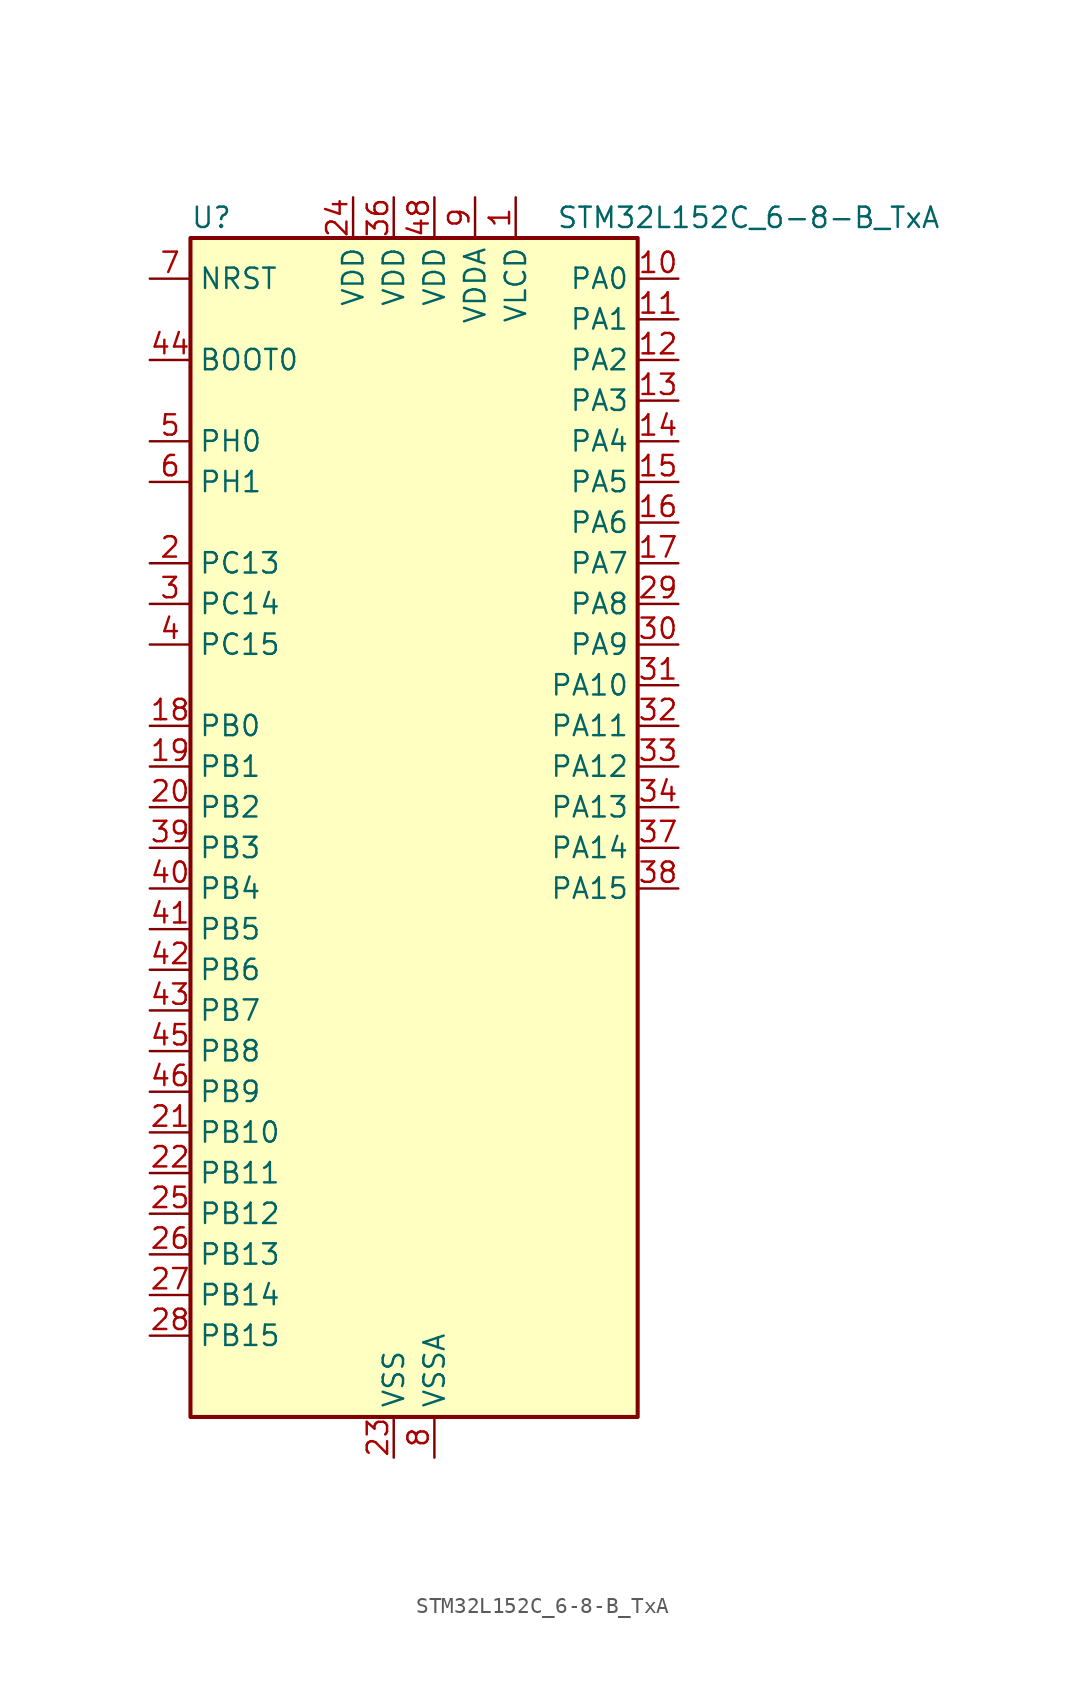
<source format=kicad_sym>
(kicad_symbol_lib
  (version 20220914)
  (generator kicad_symbol_editor)
  (symbol "STM32L152C_6-8-B_TxA"
    (property "Reference" "U"
      (at -12.7 39.37 0)
      (effects (font (size 1.27 1.27)) (justify left)))
    (property "Value" "STM32L152C_6-8-B_TxA"
      (at 10.16 39.37 0)
      (effects (font (size 1.27 1.27)) (justify left)))
    (property "ki_locked" ""
      (at 0 0 0)
      (effects (font (size 1.27 1.27))))
    (symbol "STM32L152C_6-8-B_TxA_0_1"
      (rectangle (start -12.7 -35.56) (end 15.24 38.1) (stroke (width 0.254) (type default)) (fill (type background))))
    (symbol "STM32L152C_6-8-B_TxA_1_1"
      (pin power_in line (at 7.62 40.64 270) (length 2.54) (name "VLCD" (effects (font (size 1.27 1.27)))) (number "1" (effects (font (size 1.27 1.27)))))
      (pin bidirectional line (at 17.78 35.56 180) (length 2.54) (name "PA0" (effects (font (size 1.27 1.27)))) (number "10" (effects (font (size 1.27 1.27)))) (alternate "ADC_IN0" bidirectional line) (alternate "COMP1_INP" bidirectional line) (alternate "RTC_TAMP2" bidirectional line) (alternate "SYS_WKUP1" bidirectional line) (alternate "TIM2_CH1" bidirectional line) (alternate "TIM2_ETR" bidirectional line) (alternate "TIMX_IC1" bidirectional line) (alternate "TS_G1_IO1" bidirectional line) (alternate "USART2_CTS" bidirectional line))
      (pin bidirectional line (at 17.78 33.02 180) (length 2.54) (name "PA1" (effects (font (size 1.27 1.27)))) (number "11" (effects (font (size 1.27 1.27)))) (alternate "ADC_IN1" bidirectional line) (alternate "COMP1_INP" bidirectional line) (alternate "LCD_SEG0" bidirectional line) (alternate "TIM2_CH2" bidirectional line) (alternate "TIMX_IC2" bidirectional line) (alternate "TS_G1_IO2" bidirectional line) (alternate "USART2_RTS" bidirectional line))
      (pin bidirectional line (at 17.78 30.48 180) (length 2.54) (name "PA2" (effects (font (size 1.27 1.27)))) (number "12" (effects (font (size 1.27 1.27)))) (alternate "ADC_IN2" bidirectional line) (alternate "COMP1_INP" bidirectional line) (alternate "LCD_SEG1" bidirectional line) (alternate "TIM2_CH3" bidirectional line) (alternate "TIM9_CH1" bidirectional line) (alternate "TIMX_IC3" bidirectional line) (alternate "TS_G1_IO3" bidirectional line) (alternate "USART2_TX" bidirectional line))
      (pin bidirectional line (at 17.78 27.94 180) (length 2.54) (name "PA3" (effects (font (size 1.27 1.27)))) (number "13" (effects (font (size 1.27 1.27)))) (alternate "ADC_IN3" bidirectional line) (alternate "COMP1_INP" bidirectional line) (alternate "LCD_SEG2" bidirectional line) (alternate "TIM2_CH4" bidirectional line) (alternate "TIM9_CH2" bidirectional line) (alternate "TIMX_IC4" bidirectional line) (alternate "TS_G1_IO4" bidirectional line) (alternate "USART2_RX" bidirectional line))
      (pin bidirectional line (at 17.78 25.4 180) (length 2.54) (name "PA4" (effects (font (size 1.27 1.27)))) (number "14" (effects (font (size 1.27 1.27)))) (alternate "ADC_IN4" bidirectional line) (alternate "COMP1_INP" bidirectional line) (alternate "DAC_OUT1" bidirectional line) (alternate "SPI1_NSS" bidirectional line) (alternate "TIMX_IC1" bidirectional line) (alternate "USART2_CK" bidirectional line))
      (pin bidirectional line (at 17.78 22.86 180) (length 2.54) (name "PA5" (effects (font (size 1.27 1.27)))) (number "15" (effects (font (size 1.27 1.27)))) (alternate "ADC_IN5" bidirectional line) (alternate "COMP1_INP" bidirectional line) (alternate "DAC_OUT2" bidirectional line) (alternate "SPI1_SCK" bidirectional line) (alternate "TIM2_CH1" bidirectional line) (alternate "TIM2_ETR" bidirectional line) (alternate "TIMX_IC2" bidirectional line))
      (pin bidirectional line (at 17.78 20.32 180) (length 2.54) (name "PA6" (effects (font (size 1.27 1.27)))) (number "16" (effects (font (size 1.27 1.27)))) (alternate "ADC_IN6" bidirectional line) (alternate "COMP1_INP" bidirectional line) (alternate "LCD_SEG3" bidirectional line) (alternate "SPI1_MISO" bidirectional line) (alternate "TIM10_CH1" bidirectional line) (alternate "TIM3_CH1" bidirectional line) (alternate "TIMX_IC3" bidirectional line) (alternate "TS_G2_IO1" bidirectional line))
      (pin bidirectional line (at 17.78 17.78 180) (length 2.54) (name "PA7" (effects (font (size 1.27 1.27)))) (number "17" (effects (font (size 1.27 1.27)))) (alternate "ADC_IN7" bidirectional line) (alternate "COMP1_INP" bidirectional line) (alternate "LCD_SEG4" bidirectional line) (alternate "SPI1_MOSI" bidirectional line) (alternate "TIM11_CH1" bidirectional line) (alternate "TIM3_CH2" bidirectional line) (alternate "TIMX_IC4" bidirectional line) (alternate "TS_G2_IO2" bidirectional line))
      (pin bidirectional line (at -15.24 7.62 0) (length 2.54) (name "PB0" (effects (font (size 1.27 1.27)))) (number "18" (effects (font (size 1.27 1.27)))) (alternate "ADC_IN8" bidirectional line) (alternate "COMP1_INP" bidirectional line) (alternate "LCD_SEG5" bidirectional line) (alternate "SYS_V_REF_OUT" bidirectional line) (alternate "TIM3_CH3" bidirectional line) (alternate "TS_G3_IO1" bidirectional line))
      (pin bidirectional line (at -15.24 5.08 0) (length 2.54) (name "PB1" (effects (font (size 1.27 1.27)))) (number "19" (effects (font (size 1.27 1.27)))) (alternate "ADC_IN9" bidirectional line) (alternate "COMP1_INP" bidirectional line) (alternate "LCD_SEG6" bidirectional line) (alternate "SYS_V_REF_OUT" bidirectional line) (alternate "TIM3_CH4" bidirectional line) (alternate "TS_G3_IO2" bidirectional line))
      (pin bidirectional line (at -15.24 17.78 0) (length 2.54) (name "PC13" (effects (font (size 1.27 1.27)))) (number "2" (effects (font (size 1.27 1.27)))) (alternate "RTC_OUT_ALARM" bidirectional line) (alternate "RTC_OUT_CALIB" bidirectional line) (alternate "RTC_TAMP1" bidirectional line) (alternate "RTC_TS" bidirectional line) (alternate "SYS_WKUP2" bidirectional line) (alternate "TIMX_IC2" bidirectional line))
      (pin bidirectional line (at -15.24 2.54 0) (length 2.54) (name "PB2" (effects (font (size 1.27 1.27)))) (number "20" (effects (font (size 1.27 1.27)))) (alternate "TS_G3_IO3" bidirectional line))
      (pin bidirectional line (at -15.24 -17.78 0) (length 2.54) (name "PB10" (effects (font (size 1.27 1.27)))) (number "21" (effects (font (size 1.27 1.27)))) (alternate "I2C2_SCL" bidirectional line) (alternate "LCD_SEG10" bidirectional line) (alternate "TIM2_CH3" bidirectional line) (alternate "USART3_TX" bidirectional line))
      (pin bidirectional line (at -15.24 -20.32 0) (length 2.54) (name "PB11" (effects (font (size 1.27 1.27)))) (number "22" (effects (font (size 1.27 1.27)))) (alternate "ADC_EXTI11" bidirectional line) (alternate "I2C2_SDA" bidirectional line) (alternate "LCD_SEG11" bidirectional line) (alternate "TIM2_CH4" bidirectional line) (alternate "USART3_RX" bidirectional line))
      (pin power_in line (at 0 -38.1 90) (length 2.54) (name "VSS" (effects (font (size 1.27 1.27)))) (number "23" (effects (font (size 1.27 1.27)))))
      (pin power_in line (at -2.54 40.64 270) (length 2.54) (name "VDD" (effects (font (size 1.27 1.27)))) (number "24" (effects (font (size 1.27 1.27)))))
      (pin bidirectional line (at -15.24 -22.86 0) (length 2.54) (name "PB12" (effects (font (size 1.27 1.27)))) (number "25" (effects (font (size 1.27 1.27)))) (alternate "ADC_IN18" bidirectional line) (alternate "COMP1_INP" bidirectional line) (alternate "I2C2_SMBA" bidirectional line) (alternate "LCD_SEG12" bidirectional line) (alternate "SPI2_NSS" bidirectional line) (alternate "TIM10_CH1" bidirectional line) (alternate "TS_G7_IO1" bidirectional line) (alternate "USART3_CK" bidirectional line))
      (pin bidirectional line (at -15.24 -25.4 0) (length 2.54) (name "PB13" (effects (font (size 1.27 1.27)))) (number "26" (effects (font (size 1.27 1.27)))) (alternate "ADC_IN19" bidirectional line) (alternate "COMP1_INP" bidirectional line) (alternate "LCD_SEG13" bidirectional line) (alternate "SPI2_SCK" bidirectional line) (alternate "TIM9_CH1" bidirectional line) (alternate "TS_G7_IO2" bidirectional line) (alternate "USART3_CTS" bidirectional line))
      (pin bidirectional line (at -15.24 -27.94 0) (length 2.54) (name "PB14" (effects (font (size 1.27 1.27)))) (number "27" (effects (font (size 1.27 1.27)))) (alternate "ADC_IN20" bidirectional line) (alternate "COMP1_INP" bidirectional line) (alternate "LCD_SEG14" bidirectional line) (alternate "SPI2_MISO" bidirectional line) (alternate "TIM9_CH2" bidirectional line) (alternate "TS_G7_IO3" bidirectional line) (alternate "USART3_RTS" bidirectional line))
      (pin bidirectional line (at -15.24 -30.48 0) (length 2.54) (name "PB15" (effects (font (size 1.27 1.27)))) (number "28" (effects (font (size 1.27 1.27)))) (alternate "ADC_EXTI15" bidirectional line) (alternate "ADC_IN21" bidirectional line) (alternate "COMP1_INP" bidirectional line) (alternate "LCD_SEG15" bidirectional line) (alternate "RTC_REFIN" bidirectional line) (alternate "SPI2_MOSI" bidirectional line) (alternate "TIM11_CH1" bidirectional line) (alternate "TS_G7_IO4" bidirectional line))
      (pin bidirectional line (at 17.78 15.24 180) (length 2.54) (name "PA8" (effects (font (size 1.27 1.27)))) (number "29" (effects (font (size 1.27 1.27)))) (alternate "LCD_COM0" bidirectional line) (alternate "RCC_MCO" bidirectional line) (alternate "TIMX_IC1" bidirectional line) (alternate "TS_G4_IO1" bidirectional line) (alternate "USART1_CK" bidirectional line))
      (pin bidirectional line (at -15.24 15.24 0) (length 2.54) (name "PC14" (effects (font (size 1.27 1.27)))) (number "3" (effects (font (size 1.27 1.27)))) (alternate "RCC_OSC32_IN" bidirectional line) (alternate "TIMX_IC3" bidirectional line))
      (pin bidirectional line (at 17.78 12.7 180) (length 2.54) (name "PA9" (effects (font (size 1.27 1.27)))) (number "30" (effects (font (size 1.27 1.27)))) (alternate "DAC_EXTI9" bidirectional line) (alternate "LCD_COM1" bidirectional line) (alternate "TIMX_IC2" bidirectional line) (alternate "TS_G4_IO2" bidirectional line) (alternate "USART1_TX" bidirectional line))
      (pin bidirectional line (at 17.78 10.16 180) (length 2.54) (name "PA10" (effects (font (size 1.27 1.27)))) (number "31" (effects (font (size 1.27 1.27)))) (alternate "LCD_COM2" bidirectional line) (alternate "TIMX_IC3" bidirectional line) (alternate "TS_G4_IO3" bidirectional line) (alternate "USART1_RX" bidirectional line))
      (pin bidirectional line (at 17.78 7.62 180) (length 2.54) (name "PA11" (effects (font (size 1.27 1.27)))) (number "32" (effects (font (size 1.27 1.27)))) (alternate "ADC_EXTI11" bidirectional line) (alternate "SPI1_MISO" bidirectional line) (alternate "TIMX_IC4" bidirectional line) (alternate "USART1_CTS" bidirectional line) (alternate "USB_DM" bidirectional line))
      (pin bidirectional line (at 17.78 5.08 180) (length 2.54) (name "PA12" (effects (font (size 1.27 1.27)))) (number "33" (effects (font (size 1.27 1.27)))) (alternate "SPI1_MOSI" bidirectional line) (alternate "TIMX_IC1" bidirectional line) (alternate "USART1_RTS" bidirectional line) (alternate "USB_DP" bidirectional line))
      (pin bidirectional line (at 17.78 2.54 180) (length 2.54) (name "PA13" (effects (font (size 1.27 1.27)))) (number "34" (effects (font (size 1.27 1.27)))) (alternate "SYS_JTMS-SWDIO" bidirectional line) (alternate "TIMX_IC2" bidirectional line) (alternate "TS_G5_IO1" bidirectional line))
      (pin passive line (at 0 -38.1 90) (length 2.54) hide (name "VSS" (effects (font (size 1.27 1.27)))) (number "35" (effects (font (size 1.27 1.27)))))
      (pin power_in line (at 0 40.64 270) (length 2.54) (name "VDD" (effects (font (size 1.27 1.27)))) (number "36" (effects (font (size 1.27 1.27)))))
      (pin bidirectional line (at 17.78 0 180) (length 2.54) (name "PA14" (effects (font (size 1.27 1.27)))) (number "37" (effects (font (size 1.27 1.27)))) (alternate "SYS_JTCK-SWCLK" bidirectional line) (alternate "TIMX_IC3" bidirectional line) (alternate "TS_G5_IO2" bidirectional line))
      (pin bidirectional line (at 17.78 -2.54 180) (length 2.54) (name "PA15" (effects (font (size 1.27 1.27)))) (number "38" (effects (font (size 1.27 1.27)))) (alternate "ADC_EXTI15" bidirectional line) (alternate "LCD_SEG17" bidirectional line) (alternate "SPI1_NSS" bidirectional line) (alternate "SYS_JTDI" bidirectional line) (alternate "TIM2_CH1" bidirectional line) (alternate "TIM2_ETR" bidirectional line) (alternate "TIMX_IC4" bidirectional line) (alternate "TS_G5_IO3" bidirectional line))
      (pin bidirectional line (at -15.24 0 0) (length 2.54) (name "PB3" (effects (font (size 1.27 1.27)))) (number "39" (effects (font (size 1.27 1.27)))) (alternate "COMP2_INM" bidirectional line) (alternate "LCD_SEG7" bidirectional line) (alternate "SPI1_SCK" bidirectional line) (alternate "SYS_JTDO-TRACESWO" bidirectional line) (alternate "TIM2_CH2" bidirectional line))
      (pin bidirectional line (at -15.24 12.7 0) (length 2.54) (name "PC15" (effects (font (size 1.27 1.27)))) (number "4" (effects (font (size 1.27 1.27)))) (alternate "ADC_EXTI15" bidirectional line) (alternate "RCC_OSC32_OUT" bidirectional line) (alternate "TIMX_IC4" bidirectional line))
      (pin bidirectional line (at -15.24 -2.54 0) (length 2.54) (name "PB4" (effects (font (size 1.27 1.27)))) (number "40" (effects (font (size 1.27 1.27)))) (alternate "COMP2_INP" bidirectional line) (alternate "LCD_SEG8" bidirectional line) (alternate "SPI1_MISO" bidirectional line) (alternate "SYS_JTRST" bidirectional line) (alternate "TIM3_CH1" bidirectional line) (alternate "TS_G6_IO1" bidirectional line))
      (pin bidirectional line (at -15.24 -5.08 0) (length 2.54) (name "PB5" (effects (font (size 1.27 1.27)))) (number "41" (effects (font (size 1.27 1.27)))) (alternate "COMP2_INP" bidirectional line) (alternate "I2C1_SMBA" bidirectional line) (alternate "LCD_SEG9" bidirectional line) (alternate "SPI1_MOSI" bidirectional line) (alternate "TIM3_CH2" bidirectional line) (alternate "TS_G6_IO2" bidirectional line))
      (pin bidirectional line (at -15.24 -7.62 0) (length 2.54) (name "PB6" (effects (font (size 1.27 1.27)))) (number "42" (effects (font (size 1.27 1.27)))) (alternate "I2C1_SCL" bidirectional line) (alternate "TIM4_CH1" bidirectional line) (alternate "TS_G6_IO3" bidirectional line) (alternate "USART1_TX" bidirectional line))
      (pin bidirectional line (at -15.24 -10.16 0) (length 2.54) (name "PB7" (effects (font (size 1.27 1.27)))) (number "43" (effects (font (size 1.27 1.27)))) (alternate "I2C1_SDA" bidirectional line) (alternate "SYS_PVD_IN" bidirectional line) (alternate "TIM4_CH2" bidirectional line) (alternate "TS_G6_IO4" bidirectional line) (alternate "USART1_RX" bidirectional line))
      (pin input line (at -15.24 30.48 0) (length 2.54) (name "BOOT0" (effects (font (size 1.27 1.27)))) (number "44" (effects (font (size 1.27 1.27)))))
      (pin bidirectional line (at -15.24 -12.7 0) (length 2.54) (name "PB8" (effects (font (size 1.27 1.27)))) (number "45" (effects (font (size 1.27 1.27)))) (alternate "I2C1_SCL" bidirectional line) (alternate "LCD_SEG16" bidirectional line) (alternate "TIM10_CH1" bidirectional line) (alternate "TIM4_CH3" bidirectional line))
      (pin bidirectional line (at -15.24 -15.24 0) (length 2.54) (name "PB9" (effects (font (size 1.27 1.27)))) (number "46" (effects (font (size 1.27 1.27)))) (alternate "DAC_EXTI9" bidirectional line) (alternate "I2C1_SDA" bidirectional line) (alternate "LCD_COM3" bidirectional line) (alternate "TIM11_CH1" bidirectional line) (alternate "TIM4_CH4" bidirectional line))
      (pin passive line (at 0 -38.1 90) (length 2.54) hide (name "VSS" (effects (font (size 1.27 1.27)))) (number "47" (effects (font (size 1.27 1.27)))))
      (pin power_in line (at 2.54 40.64 270) (length 2.54) (name "VDD" (effects (font (size 1.27 1.27)))) (number "48" (effects (font (size 1.27 1.27)))))
      (pin bidirectional line (at -15.24 25.4 0) (length 2.54) (name "PH0" (effects (font (size 1.27 1.27)))) (number "5" (effects (font (size 1.27 1.27)))) (alternate "RCC_OSC_IN" bidirectional line))
      (pin bidirectional line (at -15.24 22.86 0) (length 2.54) (name "PH1" (effects (font (size 1.27 1.27)))) (number "6" (effects (font (size 1.27 1.27)))) (alternate "RCC_OSC_OUT" bidirectional line))
      (pin input line (at -15.24 35.56 0) (length 2.54) (name "NRST" (effects (font (size 1.27 1.27)))) (number "7" (effects (font (size 1.27 1.27)))))
      (pin power_in line (at 2.54 -38.1 90) (length 2.54) (name "VSSA" (effects (font (size 1.27 1.27)))) (number "8" (effects (font (size 1.27 1.27)))))
      (pin power_in line (at 5.08 40.64 270) (length 2.54) (name "VDDA" (effects (font (size 1.27 1.27)))) (number "9" (effects (font (size 1.27 1.27))))))))
</source>
